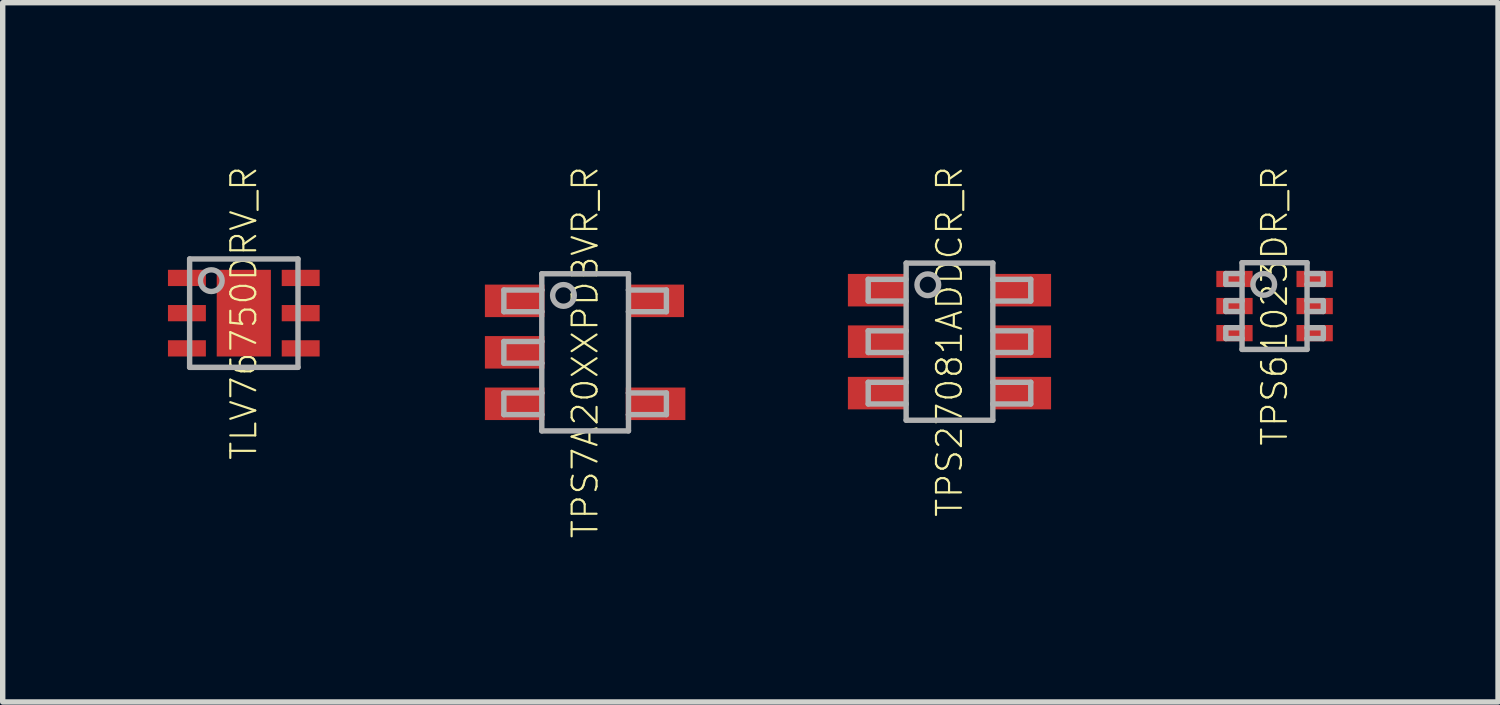
<source format=kicad_pcb>
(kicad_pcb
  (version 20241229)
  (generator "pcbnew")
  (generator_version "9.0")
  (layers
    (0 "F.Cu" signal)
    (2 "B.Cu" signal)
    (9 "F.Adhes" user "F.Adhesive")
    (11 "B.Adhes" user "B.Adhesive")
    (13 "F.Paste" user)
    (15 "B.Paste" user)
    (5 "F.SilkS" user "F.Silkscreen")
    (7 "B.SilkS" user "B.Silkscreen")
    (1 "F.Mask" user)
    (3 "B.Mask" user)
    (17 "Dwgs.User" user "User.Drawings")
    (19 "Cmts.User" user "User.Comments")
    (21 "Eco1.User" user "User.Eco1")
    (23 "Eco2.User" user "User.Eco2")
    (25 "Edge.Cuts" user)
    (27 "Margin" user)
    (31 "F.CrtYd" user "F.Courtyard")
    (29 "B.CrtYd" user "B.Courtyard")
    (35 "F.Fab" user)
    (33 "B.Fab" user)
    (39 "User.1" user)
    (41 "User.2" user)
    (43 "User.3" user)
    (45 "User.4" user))
  (footprint "TPS7A20XXPDBVR_R"
    (layer "F.Cu")
    (at 7.75 3.453)
    (property "Reference" "TPS7A20XXPDBVR_R" (at 0 0 90) (unlocked yes) (layer "F.SilkS") (effects (font (size 0.46 0.46) (thickness 0.04))))
    (fp_poly (pts (xy -0.75 -0.65) (xy -1.85 -0.65) (xy -1.85 -1.25) (xy -0.75 -1.25)) (stroke (width 0) (type default)) (fill yes) (layer "F.Paste"))
    (fp_poly (pts (xy -0.75 0.3) (xy -1.85 0.3) (xy -1.85 -0.3) (xy -0.75 -0.3)) (stroke (width 0) (type default)) (fill yes) (layer "F.Paste"))
    (fp_poly (pts (xy -0.75 1.25) (xy -1.85 1.25) (xy -1.85 0.65) (xy -0.75 0.65)) (stroke (width 0) (type default)) (fill yes) (layer "F.Paste"))
    (fp_poly (pts (xy 1.85 -0.65) (xy 0.75 -0.65) (xy 0.75 -1.25) (xy 1.85 -1.25)) (stroke (width 0) (type default)) (fill yes) (layer "F.Paste"))
    (fp_poly (pts (xy 1.85 1.25) (xy 0.75 1.25) (xy 0.75 0.65) (xy 1.85 0.65)) (stroke (width 0) (type default)) (fill yes) (layer "F.Paste"))
    (fp_line (start -1.5 -1.15) (end -1.5 -0.75) (stroke (width 0.1) (type solid)) (layer "F.Fab"))
    (fp_line (start -1.5 -0.75) (end -0.8 -0.75) (stroke (width 0.1) (type solid)) (layer "F.Fab"))
    (fp_line (start -1.5 -0.2) (end -1.5 0.2) (stroke (width 0.1) (type solid)) (layer "F.Fab"))
    (fp_line (start -1.5 0.75) (end -1.5 1.15) (stroke (width 0.1) (type solid)) (layer "F.Fab"))
    (fp_line (start -0.8 -1.45) (end 0.8 -1.45) (stroke (width 0.1) (type solid)) (layer "F.Fab"))
    (fp_line (start -0.8 -1.15) (end -1.5 -1.15) (stroke (width 0.1) (type solid)) (layer "F.Fab"))
    (fp_line (start -0.8 -1.15) (end -0.8 -1.45) (stroke (width 0.1) (type solid)) (layer "F.Fab"))
    (fp_line (start -0.8 -0.75) (end -0.8 -1.15) (stroke (width 0.1) (type solid)) (layer "F.Fab"))
    (fp_line (start -0.8 -0.2) (end -1.5 -0.2) (stroke (width 0.1) (type solid)) (layer "F.Fab"))
    (fp_line (start -0.8 -0.2) (end -0.8 -0.75) (stroke (width 0.1) (type solid)) (layer "F.Fab"))
    (fp_line (start -0.8 0.2) (end -1.5 0.2) (stroke (width 0.1) (type solid)) (layer "F.Fab"))
    (fp_line (start -0.8 0.2) (end -0.8 -0.2) (stroke (width 0.1) (type solid)) (layer "F.Fab"))
    (fp_line (start -0.8 0.75) (end -1.5 0.75) (stroke (width 0.1) (type solid)) (layer "F.Fab"))
    (fp_line (start -0.8 0.75) (end -0.8 0.2) (stroke (width 0.1) (type solid)) (layer "F.Fab"))
    (fp_line (start -0.8 1.15) (end -1.5 1.15) (stroke (width 0.1) (type solid)) (layer "F.Fab"))
    (fp_line (start -0.8 1.15) (end -0.8 0.75) (stroke (width 0.1) (type solid)) (layer "F.Fab"))
    (fp_line (start -0.8 1.45) (end -0.8 1.15) (stroke (width 0.1) (type solid)) (layer "F.Fab"))
    (fp_line (start 0.8 -1.45) (end 0.8 -1.15) (stroke (width 0.1) (type solid)) (layer "F.Fab"))
    (fp_line (start 0.8 -1.15) (end 0.8 -0.75) (stroke (width 0.1) (type solid)) (layer "F.Fab"))
    (fp_line (start 0.8 -0.75) (end 0.8 0.75) (stroke (width 0.1) (type solid)) (layer "F.Fab"))
    (fp_line (start 0.8 0.75) (end 0.8 1.15) (stroke (width 0.1) (type solid)) (layer "F.Fab"))
    (fp_line (start 0.8 1.15) (end 0.8 1.45) (stroke (width 0.1) (type solid)) (layer "F.Fab"))
    (fp_line (start 0.8 1.45) (end -0.8 1.45) (stroke (width 0.1) (type solid)) (layer "F.Fab"))
    (fp_line (start 1.5 -1.15) (end 0.8 -1.15) (stroke (width 0.1) (type solid)) (layer "F.Fab"))
    (fp_line (start 1.5 -1.15) (end 1.5 -0.75) (stroke (width 0.1) (type solid)) (layer "F.Fab"))
    (fp_line (start 1.5 -0.75) (end 0.8 -0.75) (stroke (width 0.1) (type solid)) (layer "F.Fab"))
    (fp_line (start 1.5 0.75) (end 0.8 0.75) (stroke (width 0.1) (type solid)) (layer "F.Fab"))
    (fp_line (start 1.5 0.75) (end 1.5 1.15) (stroke (width 0.1) (type solid)) (layer "F.Fab"))
    (fp_line (start 1.5 1.15) (end 0.8 1.15) (stroke (width 0.1) (type solid)) (layer "F.Fab"))
    (fp_circle (center -0.4 -1.05) (end -0.2 -1.05) (stroke (width 0.1) (type solid)) (fill no) (layer "F.Fab"))
    (pad "1" smd rect (at -1.3 -0.95) (size 1.1 0.6) (layers "F.Cu" "F.Mask"))
    (pad "2" smd rect (at -1.3 0) (size 1.1 0.6) (layers "F.Cu" "F.Mask"))
    (pad "3" smd rect (at -1.3 0.95) (size 1.1 0.6) (layers "F.Cu" "F.Mask"))
    (pad "4" smd rect (at 1.3 0.95) (size 1.1 0.6) (layers "F.Cu" "F.Mask"))
    (pad "5" smd rect (at 1.3 -0.95) (size 1.05 0.6) (layers "F.Cu" "F.Mask")))
  (footprint "TLV76750DRV_R"
    (layer "F.Cu")
    (at 1.45 2.73)
    (property "Reference" "TLV76750DRV_R" (at 0 0 90) (unlocked yes) (layer "F.SilkS") (effects (font (size 0.46 0.46) (thickness 0.04))))
    (fp_poly (pts (xy -1.45 -0.45) (xy -0.65 -0.45) (xy -0.65 -0.85) (xy -1.45 -0.85)) (stroke (width 0) (type default)) (fill yes) (layer "F.Mask"))
    (fp_poly (pts (xy -1.45 0.2) (xy -0.65 0.2) (xy -0.65 -0.2) (xy -1.45 -0.2)) (stroke (width 0) (type default)) (fill yes) (layer "F.Mask"))
    (fp_poly (pts (xy -1.45 0.85) (xy -0.65 0.85) (xy -0.65 0.45) (xy -1.45 0.45)) (stroke (width 0) (type default)) (fill yes) (layer "F.Mask"))
    (fp_poly (pts (xy -0.55 0.85) (xy 0.55 0.85) (xy 0.55 -0.85) (xy -0.55 -0.85)) (stroke (width 0) (type default)) (fill yes) (layer "F.Mask"))
    (fp_poly (pts (xy 0.65 -0.45) (xy 1.45 -0.45) (xy 1.45 -0.85) (xy 0.65 -0.85)) (stroke (width 0) (type default)) (fill yes) (layer "F.Mask"))
    (fp_poly (pts (xy 0.65 0.2) (xy 1.45 0.2) (xy 1.45 -0.2) (xy 0.65 -0.2)) (stroke (width 0) (type default)) (fill yes) (layer "F.Mask"))
    (fp_poly (pts (xy 0.65 0.85) (xy 1.45 0.85) (xy 1.45 0.45) (xy 0.65 0.45)) (stroke (width 0) (type default)) (fill yes) (layer "F.Mask"))
    (fp_poly (pts (xy -1.375 -0.525) (xy -0.725 -0.525) (xy -0.725 -0.775) (xy -1.375 -0.775)) (stroke (width 0) (type default)) (fill yes) (layer "F.Paste"))
    (fp_poly (pts (xy -1.375 0.125) (xy -0.725 0.125) (xy -0.725 -0.125) (xy -1.375 -0.125)) (stroke (width 0) (type default)) (fill yes) (layer "F.Paste"))
    (fp_poly (pts (xy -1.375 0.775) (xy -0.725 0.775) (xy -0.725 0.525) (xy -1.375 0.525)) (stroke (width 0) (type default)) (fill yes) (layer "F.Paste"))
    (fp_poly (pts (xy -0.5 -0.1) (xy 0.5 -0.1) (xy 0.5 -0.8) (xy -0.5 -0.8)) (stroke (width 0) (type default)) (fill yes) (layer "F.Paste"))
    (fp_poly (pts (xy -0.5 0.8) (xy 0.5 0.8) (xy 0.5 0.1) (xy -0.5 0.1)) (stroke (width 0) (type default)) (fill yes) (layer "F.Paste"))
    (fp_poly (pts (xy 1.375 -0.775) (xy 0.725 -0.775) (xy 0.725 -0.525) (xy 1.375 -0.525)) (stroke (width 0) (type default)) (fill yes) (layer "F.Paste"))
    (fp_poly (pts (xy 1.375 -0.125) (xy 0.725 -0.125) (xy 0.725 0.125) (xy 1.375 0.125)) (stroke (width 0) (type default)) (fill yes) (layer "F.Paste"))
    (fp_poly (pts (xy 1.375 0.525) (xy 0.725 0.525) (xy 0.725 0.775) (xy 1.375 0.775)) (stroke (width 0) (type default)) (fill yes) (layer "F.Paste"))
    (fp_line (start -1 -1) (end -1 1) (stroke (width 0.1) (type solid)) (layer "F.Fab"))
    (fp_line (start -1 1) (end 1 1) (stroke (width 0.1) (type solid)) (layer "F.Fab"))
    (fp_line (start 1 -1) (end -1 -1) (stroke (width 0.1) (type solid)) (layer "F.Fab"))
    (fp_line (start 1 1) (end 1 -1) (stroke (width 0.1) (type solid)) (layer "F.Fab"))
    (fp_circle (center -0.6 -0.6) (end -0.4 -0.6) (stroke (width 0.1) (type solid)) (fill no) (layer "F.Fab"))
    (pad "0" smd rect (at 0 0) (size 1 1.6) (layers "F.Cu"))
    (pad "1" smd rect (at -1.05 -0.65) (size 0.7 0.3) (layers "F.Cu"))
    (pad "2" smd rect (at -1.05 0) (size 0.7 0.3) (layers "F.Cu"))
    (pad "3" smd rect (at -1.05 0.65) (size 0.7 0.3) (layers "F.Cu"))
    (pad "4" smd rect (at 1.05 0.65) (size 0.7 0.3) (layers "F.Cu"))
    (pad "5" smd rect (at 1.05 0) (size 0.7 0.3) (layers "F.Cu"))
    (pad "6" smd rect (at 1.05 -0.65) (size 0.7 0.3) (layers "F.Cu")))
  (footprint "TPS61023DR_R"
    (layer "F.Cu")
    (at 20.475 2.599)
    (property "Reference" "TPS61023DR_R" (at 0 0 90) (unlocked yes) (layer "F.SilkS") (effects (font (size 0.46 0.46) (thickness 0.04))))
    (fp_poly (pts (xy -1.125 -0.3) (xy -0.355 -0.3) (xy -0.355 -0.7) (xy -1.125 -0.7)) (stroke (width 0) (type default)) (fill yes) (layer "F.Mask"))
    (fp_poly (pts (xy -1.125 0.2) (xy -0.355 0.2) (xy -0.355 -0.2) (xy -1.125 -0.2)) (stroke (width 0) (type default)) (fill yes) (layer "F.Mask"))
    (fp_poly (pts (xy -1.125 0.7) (xy -0.355 0.7) (xy -0.355 0.3) (xy -1.125 0.3)) (stroke (width 0) (type default)) (fill yes) (layer "F.Mask"))
    (fp_poly (pts (xy 1.125 -0.7) (xy 0.355 -0.7) (xy 0.355 -0.3) (xy 1.125 -0.3)) (stroke (width 0) (type default)) (fill yes) (layer "F.Mask"))
    (fp_poly (pts (xy 1.125 -0.2) (xy 0.355 -0.2) (xy 0.355 0.2) (xy 1.125 0.2)) (stroke (width 0) (type default)) (fill yes) (layer "F.Mask"))
    (fp_poly (pts (xy 1.125 0.3) (xy 0.355 0.3) (xy 0.355 0.7) (xy 1.125 0.7)) (stroke (width 0) (type default)) (fill yes) (layer "F.Mask"))
    (fp_poly (pts (xy -0.405 -0.35) (xy -1.075 -0.35) (xy -1.075 -0.65) (xy -0.405 -0.65)) (stroke (width 0) (type default)) (fill yes) (layer "F.Paste"))
    (fp_poly (pts (xy -0.405 0.15) (xy -1.075 0.15) (xy -1.075 -0.15) (xy -0.405 -0.15)) (stroke (width 0) (type default)) (fill yes) (layer "F.Paste"))
    (fp_poly (pts (xy -0.405 0.65) (xy -1.075 0.65) (xy -1.075 0.35) (xy -0.405 0.35)) (stroke (width 0) (type default)) (fill yes) (layer "F.Paste"))
    (fp_poly (pts (xy 1.075 -0.35) (xy 0.405 -0.35) (xy 0.405 -0.65) (xy 1.075 -0.65)) (stroke (width 0) (type default)) (fill yes) (layer "F.Paste"))
    (fp_poly (pts (xy 1.075 0.15) (xy 0.405 0.15) (xy 0.405 -0.15) (xy 1.075 -0.15)) (stroke (width 0) (type default)) (fill yes) (layer "F.Paste"))
    (fp_poly (pts (xy 1.075 0.65) (xy 0.405 0.65) (xy 0.405 0.35) (xy 1.075 0.35)) (stroke (width 0) (type default)) (fill yes) (layer "F.Paste"))
    (fp_line (start -0.9 -0.6) (end -0.9 -0.4) (stroke (width 0.1) (type solid)) (layer "F.Fab"))
    (fp_line (start -0.9 -0.6) (end -0.6 -0.6) (stroke (width 0.1) (type solid)) (layer "F.Fab"))
    (fp_line (start -0.9 -0.4) (end -0.6 -0.4) (stroke (width 0.1) (type solid)) (layer "F.Fab"))
    (fp_line (start -0.9 -0.1) (end -0.9 0.1) (stroke (width 0.1) (type solid)) (layer "F.Fab"))
    (fp_line (start -0.9 0.1) (end -0.6 0.1) (stroke (width 0.1) (type solid)) (layer "F.Fab"))
    (fp_line (start -0.9 0.4) (end -0.9 0.6) (stroke (width 0.1) (type solid)) (layer "F.Fab"))
    (fp_line (start -0.9 0.6) (end -0.6 0.6) (stroke (width 0.1) (type solid)) (layer "F.Fab"))
    (fp_line (start -0.6 -0.8) (end -0.6 -0.6) (stroke (width 0.1) (type solid)) (layer "F.Fab"))
    (fp_line (start -0.6 -0.6) (end -0.6 -0.4) (stroke (width 0.1) (type solid)) (layer "F.Fab"))
    (fp_line (start -0.6 -0.4) (end -0.6 -0.1) (stroke (width 0.1) (type solid)) (layer "F.Fab"))
    (fp_line (start -0.6 -0.1) (end -0.9 -0.1) (stroke (width 0.1) (type solid)) (layer "F.Fab"))
    (fp_line (start -0.6 -0.1) (end -0.6 0.1) (stroke (width 0.1) (type solid)) (layer "F.Fab"))
    (fp_line (start -0.6 0.1) (end -0.6 0.4) (stroke (width 0.1) (type solid)) (layer "F.Fab"))
    (fp_line (start -0.6 0.4) (end -0.9 0.4) (stroke (width 0.1) (type solid)) (layer "F.Fab"))
    (fp_line (start -0.6 0.4) (end -0.6 0.6) (stroke (width 0.1) (type solid)) (layer "F.Fab"))
    (fp_line (start -0.6 0.6) (end -0.6 0.8) (stroke (width 0.1) (type solid)) (layer "F.Fab"))
    (fp_line (start -0.6 0.8) (end 0.6 0.8) (stroke (width 0.1) (type solid)) (layer "F.Fab"))
    (fp_line (start 0.6 -0.8) (end -0.6 -0.8) (stroke (width 0.1) (type solid)) (layer "F.Fab"))
    (fp_line (start 0.6 -0.6) (end 0.6 -0.8) (stroke (width 0.1) (type solid)) (layer "F.Fab"))
    (fp_line (start 0.6 -0.6) (end 0.9 -0.6) (stroke (width 0.1) (type solid)) (layer "F.Fab"))
    (fp_line (start 0.6 -0.4) (end 0.6 -0.6) (stroke (width 0.1) (type solid)) (layer "F.Fab"))
    (fp_line (start 0.6 -0.1) (end 0.6 -0.4) (stroke (width 0.1) (type solid)) (layer "F.Fab"))
    (fp_line (start 0.6 -0.1) (end 0.9 -0.1) (stroke (width 0.1) (type solid)) (layer "F.Fab"))
    (fp_line (start 0.6 0.1) (end 0.6 -0.1) (stroke (width 0.1) (type solid)) (layer "F.Fab"))
    (fp_line (start 0.6 0.4) (end 0.6 0.1) (stroke (width 0.1) (type solid)) (layer "F.Fab"))
    (fp_line (start 0.6 0.4) (end 0.9 0.4) (stroke (width 0.1) (type solid)) (layer "F.Fab"))
    (fp_line (start 0.6 0.6) (end 0.6 0.4) (stroke (width 0.1) (type solid)) (layer "F.Fab"))
    (fp_line (start 0.6 0.8) (end 0.6 0.6) (stroke (width 0.1) (type solid)) (layer "F.Fab"))
    (fp_line (start 0.9 -0.6) (end 0.9 -0.4) (stroke (width 0.1) (type solid)) (layer "F.Fab"))
    (fp_line (start 0.9 -0.4) (end 0.6 -0.4) (stroke (width 0.1) (type solid)) (layer "F.Fab"))
    (fp_line (start 0.9 -0.1) (end 0.9 0.1) (stroke (width 0.1) (type solid)) (layer "F.Fab"))
    (fp_line (start 0.9 0.1) (end 0.6 0.1) (stroke (width 0.1) (type solid)) (layer "F.Fab"))
    (fp_line (start 0.9 0.4) (end 0.9 0.6) (stroke (width 0.1) (type solid)) (layer "F.Fab"))
    (fp_line (start 0.9 0.6) (end 0.6 0.6) (stroke (width 0.1) (type solid)) (layer "F.Fab"))
    (fp_circle (center -0.2 -0.4) (end 0 -0.4) (stroke (width 0.1) (type solid)) (fill no) (layer "F.Fab"))
    (pad "1" smd rect (at -0.74 -0.5) (size 0.67 0.3) (layers "F.Cu"))
    (pad "2" smd rect (at -0.74 0) (size 0.67 0.3) (layers "F.Cu"))
    (pad "3" smd rect (at -0.74 0.5) (size 0.67 0.3) (layers "F.Cu"))
    (pad "4" smd rect (at 0.74 0.5) (size 0.67 0.3) (layers "F.Cu"))
    (pad "5" smd rect (at 0.74 0) (size 0.67 0.3) (layers "F.Cu"))
    (pad "6" smd rect (at 0.74 -0.5) (size 0.67 0.3) (layers "F.Cu")))
  (footprint "TPS27081ADDCR_R"
    (layer "F.Cu")
    (at 14.475 3.256)
    (property "Reference" "TPS27081ADDCR_R" (at 0 0 90) (unlocked yes) (layer "F.SilkS") (effects (font (size 0.46 0.46) (thickness 0.04))))
    (fp_line (start -1.5 -1.15) (end -1.5 -0.75) (stroke (width 0.1) (type solid)) (layer "F.Fab"))
    (fp_line (start -1.5 -0.75) (end -0.8 -0.75) (stroke (width 0.1) (type solid)) (layer "F.Fab"))
    (fp_line (start -1.5 -0.2) (end -1.5 0.2) (stroke (width 0.1) (type solid)) (layer "F.Fab"))
    (fp_line (start -1.5 0.75) (end -1.5 1.15) (stroke (width 0.1) (type solid)) (layer "F.Fab"))
    (fp_line (start -0.8 -1.45) (end 0.8 -1.45) (stroke (width 0.1) (type solid)) (layer "F.Fab"))
    (fp_line (start -0.8 -1.15) (end -1.5 -1.15) (stroke (width 0.1) (type solid)) (layer "F.Fab"))
    (fp_line (start -0.8 -0.2) (end -1.5 -0.2) (stroke (width 0.1) (type solid)) (layer "F.Fab"))
    (fp_line (start -0.8 -0.2) (end -0.8 -1.45) (stroke (width 0.1) (type solid)) (layer "F.Fab"))
    (fp_line (start -0.8 0.2) (end -1.5 0.2) (stroke (width 0.1) (type solid)) (layer "F.Fab"))
    (fp_line (start -0.8 0.2) (end -0.8 -0.2) (stroke (width 0.1) (type solid)) (layer "F.Fab"))
    (fp_line (start -0.8 0.75) (end -1.5 0.75) (stroke (width 0.1) (type solid)) (layer "F.Fab"))
    (fp_line (start -0.8 0.75) (end -0.8 0.2) (stroke (width 0.1) (type solid)) (layer "F.Fab"))
    (fp_line (start -0.8 1.15) (end -1.5 1.15) (stroke (width 0.1) (type solid)) (layer "F.Fab"))
    (fp_line (start -0.8 1.15) (end -0.8 0.75) (stroke (width 0.1) (type solid)) (layer "F.Fab"))
    (fp_line (start -0.8 1.45) (end -0.8 1.15) (stroke (width 0.1) (type solid)) (layer "F.Fab"))
    (fp_line (start 0.8 -1.45) (end 0.8 -1.15) (stroke (width 0.1) (type solid)) (layer "F.Fab"))
    (fp_line (start 0.8 -1.15) (end 0.8 -0.75) (stroke (width 0.1) (type solid)) (layer "F.Fab"))
    (fp_line (start 0.8 -0.75) (end 0.8 0.75) (stroke (width 0.1) (type solid)) (layer "F.Fab"))
    (fp_line (start 0.8 -0.2) (end 1.5 -0.2) (stroke (width 0.1) (type solid)) (layer "F.Fab"))
    (fp_line (start 0.8 0.2) (end 1.5 0.2) (stroke (width 0.1) (type solid)) (layer "F.Fab"))
    (fp_line (start 0.8 0.75) (end 0.8 1.15) (stroke (width 0.1) (type solid)) (layer "F.Fab"))
    (fp_line (start 0.8 1.15) (end 0.8 1.45) (stroke (width 0.1) (type solid)) (layer "F.Fab"))
    (fp_line (start 0.8 1.45) (end -0.8 1.45) (stroke (width 0.1) (type solid)) (layer "F.Fab"))
    (fp_line (start 1.5 -1.15) (end 0.8 -1.15) (stroke (width 0.1) (type solid)) (layer "F.Fab"))
    (fp_line (start 1.5 -1.15) (end 1.5 -0.75) (stroke (width 0.1) (type solid)) (layer "F.Fab"))
    (fp_line (start 1.5 -0.75) (end 0.8 -0.75) (stroke (width 0.1) (type solid)) (layer "F.Fab"))
    (fp_line (start 1.5 0.2) (end 1.5 -0.2) (stroke (width 0.1) (type solid)) (layer "F.Fab"))
    (fp_line (start 1.5 0.75) (end 0.8 0.75) (stroke (width 0.1) (type solid)) (layer "F.Fab"))
    (fp_line (start 1.5 0.75) (end 1.5 1.15) (stroke (width 0.1) (type solid)) (layer "F.Fab"))
    (fp_line (start 1.5 1.15) (end 0.8 1.15) (stroke (width 0.1) (type solid)) (layer "F.Fab"))
    (fp_circle (center -0.4 -1.05) (end -0.2 -1.05) (stroke (width 0.1) (type solid)) (fill no) (layer "F.Fab"))
    (pad "1" smd rect (at -1.35 -0.95) (size 1.05 0.6) (layers "F.Cu" "F.Mask" "F.Paste"))
    (pad "2" smd rect (at -1.35 0) (size 1.05 0.6) (layers "F.Cu" "F.Mask" "F.Paste"))
    (pad "3" smd rect (at -1.35 0.95) (size 1.05 0.6) (layers "F.Cu" "F.Mask" "F.Paste"))
    (pad "4" smd rect (at 1.35 0.95) (size 1.05 0.6) (layers "F.Cu" "F.Mask" "F.Paste"))
    (pad "5" smd rect (at 1.35 0 180) (size 1.05 0.6) (layers "F.Cu" "F.Mask" "F.Paste"))
    (pad "6" smd rect (at 1.35 -0.95) (size 1.05 0.6) (layers "F.Cu" "F.Mask" "F.Paste")))
  (gr_rect
    (start -3 -3)
    (end 24.6 9.906)
    (stroke (width 0.1) (type default))
    (fill no)
    (layer "Edge.Cuts")))
</source>
